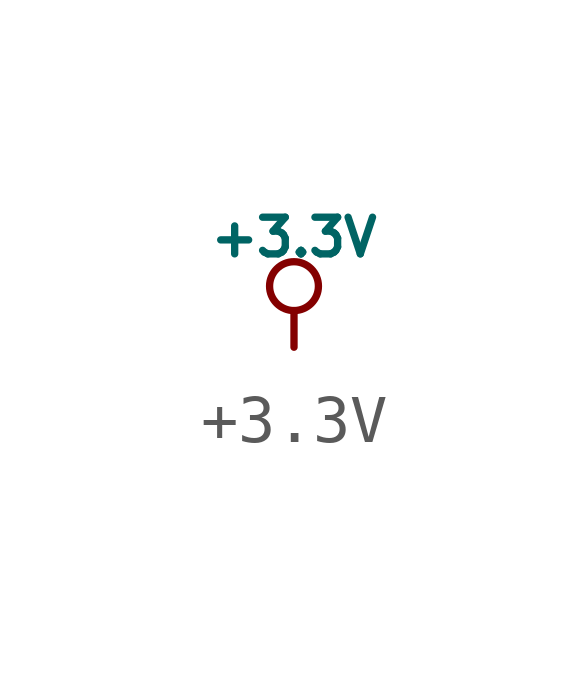
<source format=kicad_sym>
(kicad_symbol_lib
  (version 20211014)
  (generator kicad_symbol_editor)
  (symbol "+3.3V"
    (power)
    (pin_names
      (offset 1.016))
    (property "Reference" "#PWR"
      (at 0 2.286 0)
      (effects (font (size 0.508 0.508)) hide))
    (property "Value" "+3.3V"
      (at 0 2.286 0)
      (effects (font (size 0.762 0.762))))
    (property "Footprint" ""
      (at 0 0 0)
      (effects (font (size 1.524 1.524))))
    (property "Datasheet" ""
      (at 0 0 0)
      (effects (font (size 1.524 1.524))))
    (symbol "+3.3V_0_0"
      (pin power_in line (at 0 0 90) (length 0) hide (name "+5V" (effects (font (size 0.508 0.508)))) (number "1" (effects (font (size 0.508 0.508))))))
    (symbol "+3.3V_0_1"
      (polyline (pts (xy 0 0) (xy 0 0.762) (xy 0 0.762) (xy 0 0.762)) (stroke (width 0) (type default) (color 0 0 0 0)) (fill (type none)))
      (circle (center 0 1.27) (radius 0.508) (stroke (width 0) (type default) (color 0 0 0 0)) (fill (type none))))))
</source>
